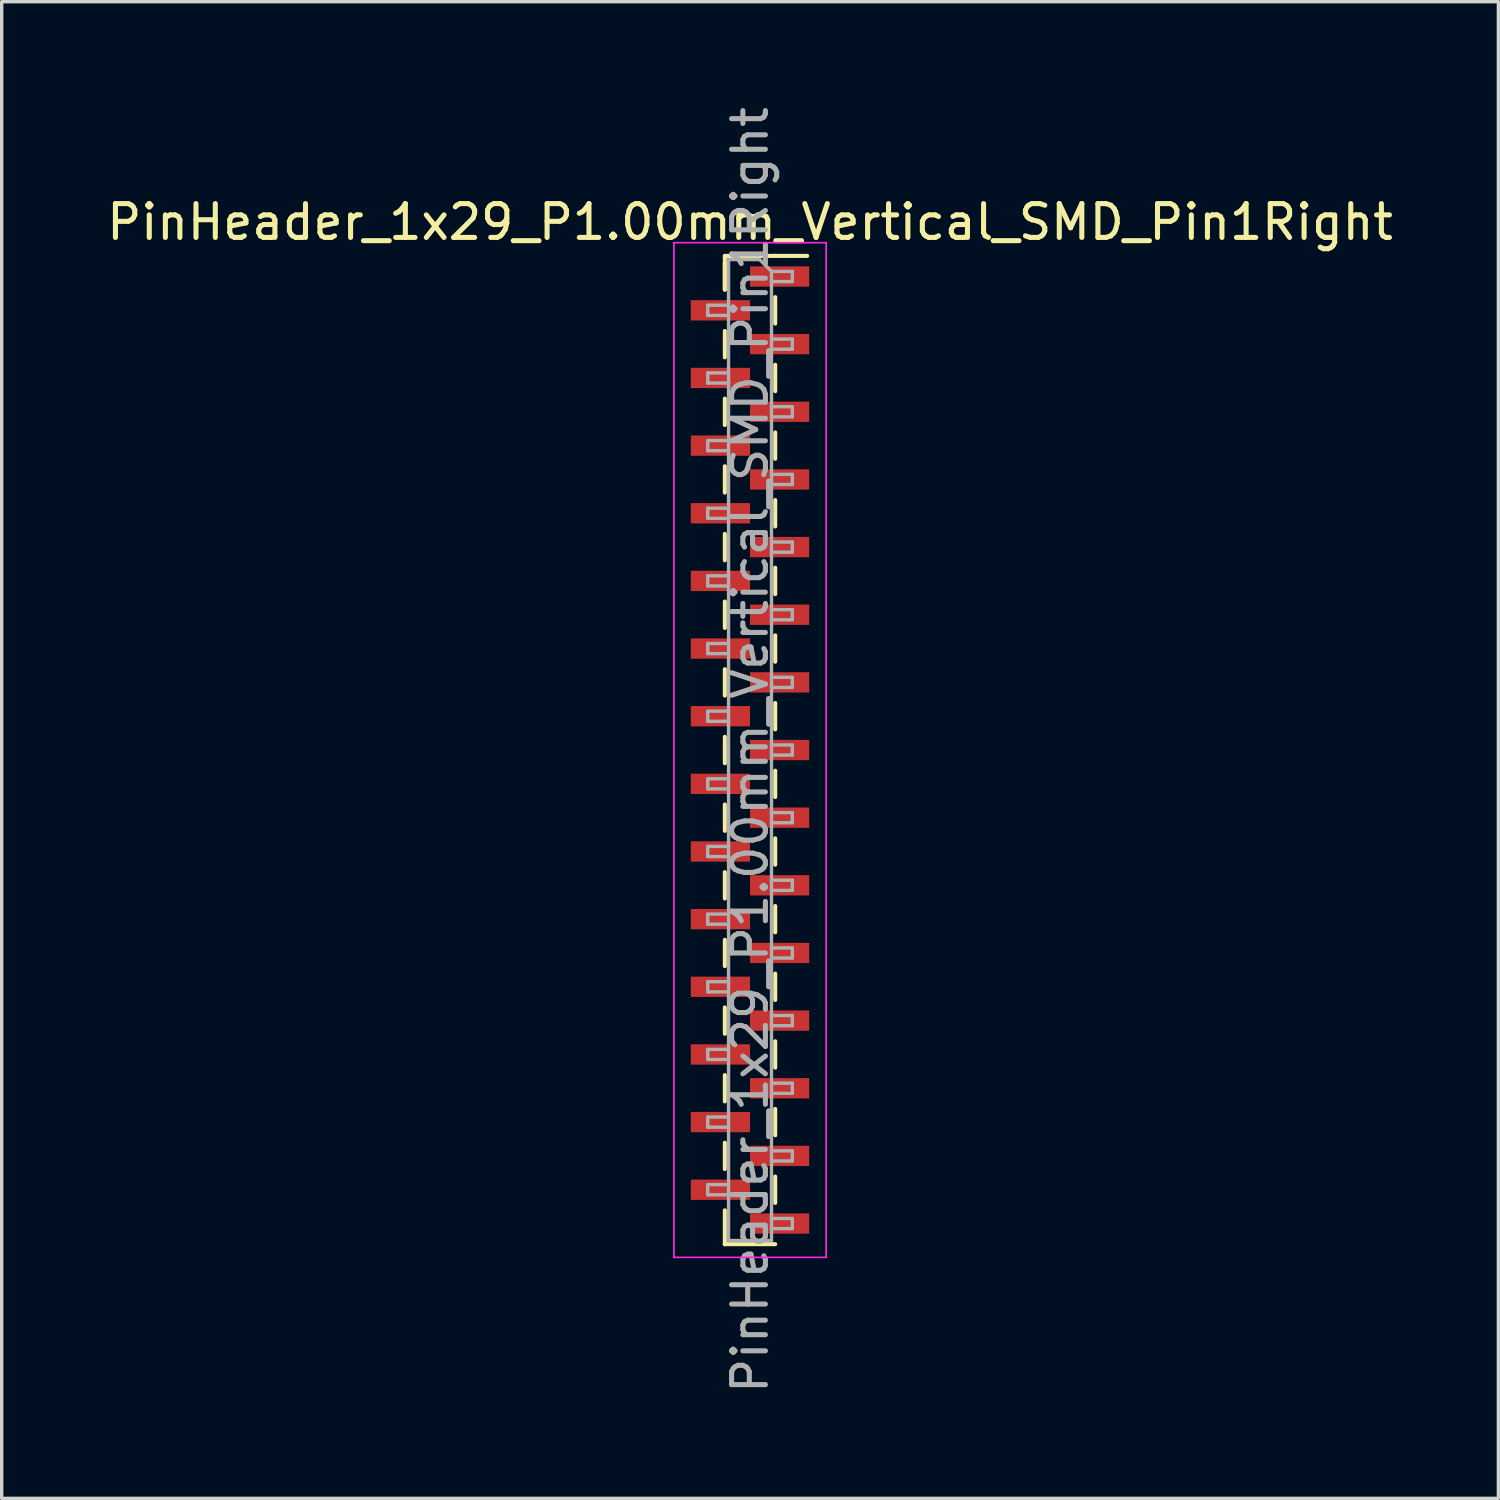
<source format=kicad_pcb>
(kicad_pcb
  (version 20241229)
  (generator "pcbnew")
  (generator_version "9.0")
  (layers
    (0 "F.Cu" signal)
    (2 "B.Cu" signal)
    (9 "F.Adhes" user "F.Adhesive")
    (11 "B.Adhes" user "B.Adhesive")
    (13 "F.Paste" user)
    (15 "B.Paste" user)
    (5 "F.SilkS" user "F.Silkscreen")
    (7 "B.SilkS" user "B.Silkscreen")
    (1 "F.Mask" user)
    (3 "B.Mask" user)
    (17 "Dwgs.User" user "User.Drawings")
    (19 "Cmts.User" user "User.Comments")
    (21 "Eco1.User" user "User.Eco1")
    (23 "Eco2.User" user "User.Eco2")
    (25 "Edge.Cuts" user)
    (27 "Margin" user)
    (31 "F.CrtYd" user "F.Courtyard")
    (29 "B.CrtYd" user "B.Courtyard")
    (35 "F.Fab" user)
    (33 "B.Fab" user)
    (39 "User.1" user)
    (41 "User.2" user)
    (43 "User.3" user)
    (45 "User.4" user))
  (footprint "PinHeader_1x29_P1.00mm_Vertical_SMD_Pin1Right"
    (layer "F.Cu")
    (at 19.125 19.125)
    (property "Reference" "PinHeader_1x29_P1.00mm_Vertical_SMD_Pin1Right" (at 0 -15.61 0) (layer "F.SilkS") (effects (font (size 1 1) (thickness 0.15))))
    (attr smd)
    (fp_line (start -0.745 -14.61) (end -0.745 -13.61) (stroke (width 0.12) (type solid)) (layer "F.SilkS"))
    (fp_line (start -0.745 -14.61) (end 0.745 -14.61) (stroke (width 0.12) (type solid)) (layer "F.SilkS"))
    (fp_line (start -0.745 -14.39) (end -0.745 -13.61) (stroke (width 0.12) (type solid)) (layer "F.SilkS"))
    (fp_line (start -0.745 -12.39) (end -0.745 -11.61) (stroke (width 0.12) (type solid)) (layer "F.SilkS"))
    (fp_line (start -0.745 -10.39) (end -0.745 -9.61) (stroke (width 0.12) (type solid)) (layer "F.SilkS"))
    (fp_line (start -0.745 -8.39) (end -0.745 -7.61) (stroke (width 0.12) (type solid)) (layer "F.SilkS"))
    (fp_line (start -0.745 -6.39) (end -0.745 -5.61) (stroke (width 0.12) (type solid)) (layer "F.SilkS"))
    (fp_line (start -0.745 -4.39) (end -0.745 -3.61) (stroke (width 0.12) (type solid)) (layer "F.SilkS"))
    (fp_line (start -0.745 -2.39) (end -0.745 -1.61) (stroke (width 0.12) (type solid)) (layer "F.SilkS"))
    (fp_line (start -0.745 -0.39) (end -0.745 0.39) (stroke (width 0.12) (type solid)) (layer "F.SilkS"))
    (fp_line (start -0.745 1.61) (end -0.745 2.39) (stroke (width 0.12) (type solid)) (layer "F.SilkS"))
    (fp_line (start -0.745 3.61) (end -0.745 4.39) (stroke (width 0.12) (type solid)) (layer "F.SilkS"))
    (fp_line (start -0.745 5.61) (end -0.745 6.39) (stroke (width 0.12) (type solid)) (layer "F.SilkS"))
    (fp_line (start -0.745 7.61) (end -0.745 8.39) (stroke (width 0.12) (type solid)) (layer "F.SilkS"))
    (fp_line (start -0.745 9.61) (end -0.745 10.39) (stroke (width 0.12) (type solid)) (layer "F.SilkS"))
    (fp_line (start -0.745 11.61) (end -0.745 12.39) (stroke (width 0.12) (type solid)) (layer "F.SilkS"))
    (fp_line (start -0.745 13.61) (end -0.745 14.61) (stroke (width 0.12) (type solid)) (layer "F.SilkS"))
    (fp_line (start -0.745 14.61) (end -0.745 14.61) (stroke (width 0.12) (type solid)) (layer "F.SilkS"))
    (fp_line (start -0.745 14.61) (end 0.745 14.61) (stroke (width 0.12) (type solid)) (layer "F.SilkS"))
    (fp_line (start 0.745 -14.61) (end 0.745 -14.61) (stroke (width 0.12) (type solid)) (layer "F.SilkS"))
    (fp_line (start 0.745 -14.61) (end 1.69 -14.61) (stroke (width 0.12) (type solid)) (layer "F.SilkS"))
    (fp_line (start 0.745 -13.39) (end 0.745 -12.61) (stroke (width 0.12) (type solid)) (layer "F.SilkS"))
    (fp_line (start 0.745 -11.39) (end 0.745 -10.61) (stroke (width 0.12) (type solid)) (layer "F.SilkS"))
    (fp_line (start 0.745 -9.39) (end 0.745 -8.61) (stroke (width 0.12) (type solid)) (layer "F.SilkS"))
    (fp_line (start 0.745 -7.39) (end 0.745 -6.61) (stroke (width 0.12) (type solid)) (layer "F.SilkS"))
    (fp_line (start 0.745 -5.39) (end 0.745 -4.61) (stroke (width 0.12) (type solid)) (layer "F.SilkS"))
    (fp_line (start 0.745 -3.39) (end 0.745 -2.61) (stroke (width 0.12) (type solid)) (layer "F.SilkS"))
    (fp_line (start 0.745 -1.39) (end 0.745 -0.61) (stroke (width 0.12) (type solid)) (layer "F.SilkS"))
    (fp_line (start 0.745 0.61) (end 0.745 1.39) (stroke (width 0.12) (type solid)) (layer "F.SilkS"))
    (fp_line (start 0.745 2.61) (end 0.745 3.39) (stroke (width 0.12) (type solid)) (layer "F.SilkS"))
    (fp_line (start 0.745 4.61) (end 0.745 5.39) (stroke (width 0.12) (type solid)) (layer "F.SilkS"))
    (fp_line (start 0.745 6.61) (end 0.745 7.39) (stroke (width 0.12) (type solid)) (layer "F.SilkS"))
    (fp_line (start 0.745 8.61) (end 0.745 9.39) (stroke (width 0.12) (type solid)) (layer "F.SilkS"))
    (fp_line (start 0.745 10.61) (end 0.745 11.39) (stroke (width 0.12) (type solid)) (layer "F.SilkS"))
    (fp_line (start 0.745 12.61) (end 0.745 13.39) (stroke (width 0.12) (type solid)) (layer "F.SilkS"))
    (fp_line (start -2.25 -15) (end -2.25 15) (stroke (width 0.05) (type solid)) (layer "F.CrtYd"))
    (fp_line (start -2.25 15) (end 2.25 15) (stroke (width 0.05) (type solid)) (layer "F.CrtYd"))
    (fp_line (start 2.25 -15) (end -2.25 -15) (stroke (width 0.05) (type solid)) (layer "F.CrtYd"))
    (fp_line (start 2.25 15) (end 2.25 -15) (stroke (width 0.05) (type solid)) (layer "F.CrtYd"))
    (fp_line (start -1.25 -13.15) (end -1.25 -12.85) (stroke (width 0.1) (type solid)) (layer "F.Fab"))
    (fp_line (start -1.25 -12.85) (end -0.635 -12.85) (stroke (width 0.1) (type solid)) (layer "F.Fab"))
    (fp_line (start -1.25 -11.15) (end -1.25 -10.85) (stroke (width 0.1) (type solid)) (layer "F.Fab"))
    (fp_line (start -1.25 -10.85) (end -0.635 -10.85) (stroke (width 0.1) (type solid)) (layer "F.Fab"))
    (fp_line (start -1.25 -9.15) (end -1.25 -8.85) (stroke (width 0.1) (type solid)) (layer "F.Fab"))
    (fp_line (start -1.25 -8.85) (end -0.635 -8.85) (stroke (width 0.1) (type solid)) (layer "F.Fab"))
    (fp_line (start -1.25 -7.15) (end -1.25 -6.85) (stroke (width 0.1) (type solid)) (layer "F.Fab"))
    (fp_line (start -1.25 -6.85) (end -0.635 -6.85) (stroke (width 0.1) (type solid)) (layer "F.Fab"))
    (fp_line (start -1.25 -5.15) (end -1.25 -4.85) (stroke (width 0.1) (type solid)) (layer "F.Fab"))
    (fp_line (start -1.25 -4.85) (end -0.635 -4.85) (stroke (width 0.1) (type solid)) (layer "F.Fab"))
    (fp_line (start -1.25 -3.15) (end -1.25 -2.85) (stroke (width 0.1) (type solid)) (layer "F.Fab"))
    (fp_line (start -1.25 -2.85) (end -0.635 -2.85) (stroke (width 0.1) (type solid)) (layer "F.Fab"))
    (fp_line (start -1.25 -1.15) (end -1.25 -0.85) (stroke (width 0.1) (type solid)) (layer "F.Fab"))
    (fp_line (start -1.25 -0.85) (end -0.635 -0.85) (stroke (width 0.1) (type solid)) (layer "F.Fab"))
    (fp_line (start -1.25 0.85) (end -1.25 1.15) (stroke (width 0.1) (type solid)) (layer "F.Fab"))
    (fp_line (start -1.25 1.15) (end -0.635 1.15) (stroke (width 0.1) (type solid)) (layer "F.Fab"))
    (fp_line (start -1.25 2.85) (end -1.25 3.15) (stroke (width 0.1) (type solid)) (layer "F.Fab"))
    (fp_line (start -1.25 3.15) (end -0.635 3.15) (stroke (width 0.1) (type solid)) (layer "F.Fab"))
    (fp_line (start -1.25 4.85) (end -1.25 5.15) (stroke (width 0.1) (type solid)) (layer "F.Fab"))
    (fp_line (start -1.25 5.15) (end -0.635 5.15) (stroke (width 0.1) (type solid)) (layer "F.Fab"))
    (fp_line (start -1.25 6.85) (end -1.25 7.15) (stroke (width 0.1) (type solid)) (layer "F.Fab"))
    (fp_line (start -1.25 7.15) (end -0.635 7.15) (stroke (width 0.1) (type solid)) (layer "F.Fab"))
    (fp_line (start -1.25 8.85) (end -1.25 9.15) (stroke (width 0.1) (type solid)) (layer "F.Fab"))
    (fp_line (start -1.25 9.15) (end -0.635 9.15) (stroke (width 0.1) (type solid)) (layer "F.Fab"))
    (fp_line (start -1.25 10.85) (end -1.25 11.15) (stroke (width 0.1) (type solid)) (layer "F.Fab"))
    (fp_line (start -1.25 11.15) (end -0.635 11.15) (stroke (width 0.1) (type solid)) (layer "F.Fab"))
    (fp_line (start -1.25 12.85) (end -1.25 13.15) (stroke (width 0.1) (type solid)) (layer "F.Fab"))
    (fp_line (start -1.25 13.15) (end -0.635 13.15) (stroke (width 0.1) (type solid)) (layer "F.Fab"))
    (fp_line (start -0.635 -14.5) (end -0.635 14.5) (stroke (width 0.1) (type solid)) (layer "F.Fab"))
    (fp_line (start -0.635 -14.5) (end 0.285 -14.5) (stroke (width 0.1) (type solid)) (layer "F.Fab"))
    (fp_line (start -0.635 -13.15) (end -1.25 -13.15) (stroke (width 0.1) (type solid)) (layer "F.Fab"))
    (fp_line (start -0.635 -11.15) (end -1.25 -11.15) (stroke (width 0.1) (type solid)) (layer "F.Fab"))
    (fp_line (start -0.635 -9.15) (end -1.25 -9.15) (stroke (width 0.1) (type solid)) (layer "F.Fab"))
    (fp_line (start -0.635 -7.15) (end -1.25 -7.15) (stroke (width 0.1) (type solid)) (layer "F.Fab"))
    (fp_line (start -0.635 -5.15) (end -1.25 -5.15) (stroke (width 0.1) (type solid)) (layer "F.Fab"))
    (fp_line (start -0.635 -3.15) (end -1.25 -3.15) (stroke (width 0.1) (type solid)) (layer "F.Fab"))
    (fp_line (start -0.635 -1.15) (end -1.25 -1.15) (stroke (width 0.1) (type solid)) (layer "F.Fab"))
    (fp_line (start -0.635 0.85) (end -1.25 0.85) (stroke (width 0.1) (type solid)) (layer "F.Fab"))
    (fp_line (start -0.635 2.85) (end -1.25 2.85) (stroke (width 0.1) (type solid)) (layer "F.Fab"))
    (fp_line (start -0.635 4.85) (end -1.25 4.85) (stroke (width 0.1) (type solid)) (layer "F.Fab"))
    (fp_line (start -0.635 6.85) (end -1.25 6.85) (stroke (width 0.1) (type solid)) (layer "F.Fab"))
    (fp_line (start -0.635 8.85) (end -1.25 8.85) (stroke (width 0.1) (type solid)) (layer "F.Fab"))
    (fp_line (start -0.635 10.85) (end -1.25 10.85) (stroke (width 0.1) (type solid)) (layer "F.Fab"))
    (fp_line (start -0.635 12.85) (end -1.25 12.85) (stroke (width 0.1) (type solid)) (layer "F.Fab"))
    (fp_line (start 0.635 -14.15) (end 0.285 -14.5) (stroke (width 0.1) (type solid)) (layer "F.Fab"))
    (fp_line (start 0.635 -14.15) (end 1.25 -14.15) (stroke (width 0.1) (type solid)) (layer "F.Fab"))
    (fp_line (start 0.635 -12.15) (end 1.25 -12.15) (stroke (width 0.1) (type solid)) (layer "F.Fab"))
    (fp_line (start 0.635 -10.15) (end 1.25 -10.15) (stroke (width 0.1) (type solid)) (layer "F.Fab"))
    (fp_line (start 0.635 -8.15) (end 1.25 -8.15) (stroke (width 0.1) (type solid)) (layer "F.Fab"))
    (fp_line (start 0.635 -6.15) (end 1.25 -6.15) (stroke (width 0.1) (type solid)) (layer "F.Fab"))
    (fp_line (start 0.635 -4.15) (end 1.25 -4.15) (stroke (width 0.1) (type solid)) (layer "F.Fab"))
    (fp_line (start 0.635 -2.15) (end 1.25 -2.15) (stroke (width 0.1) (type solid)) (layer "F.Fab"))
    (fp_line (start 0.635 -0.15) (end 1.25 -0.15) (stroke (width 0.1) (type solid)) (layer "F.Fab"))
    (fp_line (start 0.635 1.85) (end 1.25 1.85) (stroke (width 0.1) (type solid)) (layer "F.Fab"))
    (fp_line (start 0.635 3.85) (end 1.25 3.85) (stroke (width 0.1) (type solid)) (layer "F.Fab"))
    (fp_line (start 0.635 5.85) (end 1.25 5.85) (stroke (width 0.1) (type solid)) (layer "F.Fab"))
    (fp_line (start 0.635 7.85) (end 1.25 7.85) (stroke (width 0.1) (type solid)) (layer "F.Fab"))
    (fp_line (start 0.635 9.85) (end 1.25 9.85) (stroke (width 0.1) (type solid)) (layer "F.Fab"))
    (fp_line (start 0.635 11.85) (end 1.25 11.85) (stroke (width 0.1) (type solid)) (layer "F.Fab"))
    (fp_line (start 0.635 13.85) (end 1.25 13.85) (stroke (width 0.1) (type solid)) (layer "F.Fab"))
    (fp_line (start 0.635 14.5) (end -0.635 14.5) (stroke (width 0.1) (type solid)) (layer "F.Fab"))
    (fp_line (start 0.635 14.5) (end 0.635 -14.15) (stroke (width 0.1) (type solid)) (layer "F.Fab"))
    (fp_line (start 1.25 -14.15) (end 1.25 -13.85) (stroke (width 0.1) (type solid)) (layer "F.Fab"))
    (fp_line (start 1.25 -13.85) (end 0.635 -13.85) (stroke (width 0.1) (type solid)) (layer "F.Fab"))
    (fp_line (start 1.25 -12.15) (end 1.25 -11.85) (stroke (width 0.1) (type solid)) (layer "F.Fab"))
    (fp_line (start 1.25 -11.85) (end 0.635 -11.85) (stroke (width 0.1) (type solid)) (layer "F.Fab"))
    (fp_line (start 1.25 -10.15) (end 1.25 -9.85) (stroke (width 0.1) (type solid)) (layer "F.Fab"))
    (fp_line (start 1.25 -9.85) (end 0.635 -9.85) (stroke (width 0.1) (type solid)) (layer "F.Fab"))
    (fp_line (start 1.25 -8.15) (end 1.25 -7.85) (stroke (width 0.1) (type solid)) (layer "F.Fab"))
    (fp_line (start 1.25 -7.85) (end 0.635 -7.85) (stroke (width 0.1) (type solid)) (layer "F.Fab"))
    (fp_line (start 1.25 -6.15) (end 1.25 -5.85) (stroke (width 0.1) (type solid)) (layer "F.Fab"))
    (fp_line (start 1.25 -5.85) (end 0.635 -5.85) (stroke (width 0.1) (type solid)) (layer "F.Fab"))
    (fp_line (start 1.25 -4.15) (end 1.25 -3.85) (stroke (width 0.1) (type solid)) (layer "F.Fab"))
    (fp_line (start 1.25 -3.85) (end 0.635 -3.85) (stroke (width 0.1) (type solid)) (layer "F.Fab"))
    (fp_line (start 1.25 -2.15) (end 1.25 -1.85) (stroke (width 0.1) (type solid)) (layer "F.Fab"))
    (fp_line (start 1.25 -1.85) (end 0.635 -1.85) (stroke (width 0.1) (type solid)) (layer "F.Fab"))
    (fp_line (start 1.25 -0.15) (end 1.25 0.15) (stroke (width 0.1) (type solid)) (layer "F.Fab"))
    (fp_line (start 1.25 0.15) (end 0.635 0.15) (stroke (width 0.1) (type solid)) (layer "F.Fab"))
    (fp_line (start 1.25 1.85) (end 1.25 2.15) (stroke (width 0.1) (type solid)) (layer "F.Fab"))
    (fp_line (start 1.25 2.15) (end 0.635 2.15) (stroke (width 0.1) (type solid)) (layer "F.Fab"))
    (fp_line (start 1.25 3.85) (end 1.25 4.15) (stroke (width 0.1) (type solid)) (layer "F.Fab"))
    (fp_line (start 1.25 4.15) (end 0.635 4.15) (stroke (width 0.1) (type solid)) (layer "F.Fab"))
    (fp_line (start 1.25 5.85) (end 1.25 6.15) (stroke (width 0.1) (type solid)) (layer "F.Fab"))
    (fp_line (start 1.25 6.15) (end 0.635 6.15) (stroke (width 0.1) (type solid)) (layer "F.Fab"))
    (fp_line (start 1.25 7.85) (end 1.25 8.15) (stroke (width 0.1) (type solid)) (layer "F.Fab"))
    (fp_line (start 1.25 8.15) (end 0.635 8.15) (stroke (width 0.1) (type solid)) (layer "F.Fab"))
    (fp_line (start 1.25 9.85) (end 1.25 10.15) (stroke (width 0.1) (type solid)) (layer "F.Fab"))
    (fp_line (start 1.25 10.15) (end 0.635 10.15) (stroke (width 0.1) (type solid)) (layer "F.Fab"))
    (fp_line (start 1.25 11.85) (end 1.25 12.15) (stroke (width 0.1) (type solid)) (layer "F.Fab"))
    (fp_line (start 1.25 12.15) (end 0.635 12.15) (stroke (width 0.1) (type solid)) (layer "F.Fab"))
    (fp_line (start 1.25 13.85) (end 1.25 14.15) (stroke (width 0.1) (type solid)) (layer "F.Fab"))
    (fp_line (start 1.25 14.15) (end 0.635 14.15) (stroke (width 0.1) (type solid)) (layer "F.Fab"))
    (fp_text user "${REFERENCE}" (at 0 0 90) (layer "F.Fab") (effects (font (size 1 1) (thickness 0.15))))
    (pad "1" smd rect (at 0.875 -14) (size 1.75 0.6) (layers "F.Cu" "F.Mask" "F.Paste"))
    (pad "2" smd rect (at -0.875 -13) (size 1.75 0.6) (layers "F.Cu" "F.Mask" "F.Paste"))
    (pad "3" smd rect (at 0.875 -12) (size 1.75 0.6) (layers "F.Cu" "F.Mask" "F.Paste"))
    (pad "4" smd rect (at -0.875 -11) (size 1.75 0.6) (layers "F.Cu" "F.Mask" "F.Paste"))
    (pad "5" smd rect (at 0.875 -10) (size 1.75 0.6) (layers "F.Cu" "F.Mask" "F.Paste"))
    (pad "6" smd rect (at -0.875 -9) (size 1.75 0.6) (layers "F.Cu" "F.Mask" "F.Paste"))
    (pad "7" smd rect (at 0.875 -8) (size 1.75 0.6) (layers "F.Cu" "F.Mask" "F.Paste"))
    (pad "8" smd rect (at -0.875 -7) (size 1.75 0.6) (layers "F.Cu" "F.Mask" "F.Paste"))
    (pad "9" smd rect (at 0.875 -6) (size 1.75 0.6) (layers "F.Cu" "F.Mask" "F.Paste"))
    (pad "10" smd rect (at -0.875 -5) (size 1.75 0.6) (layers "F.Cu" "F.Mask" "F.Paste"))
    (pad "11" smd rect (at 0.875 -4) (size 1.75 0.6) (layers "F.Cu" "F.Mask" "F.Paste"))
    (pad "12" smd rect (at -0.875 -3) (size 1.75 0.6) (layers "F.Cu" "F.Mask" "F.Paste"))
    (pad "13" smd rect (at 0.875 -2) (size 1.75 0.6) (layers "F.Cu" "F.Mask" "F.Paste"))
    (pad "14" smd rect (at -0.875 -1) (size 1.75 0.6) (layers "F.Cu" "F.Mask" "F.Paste"))
    (pad "15" smd rect (at 0.875 0) (size 1.75 0.6) (layers "F.Cu" "F.Mask" "F.Paste"))
    (pad "16" smd rect (at -0.875 1) (size 1.75 0.6) (layers "F.Cu" "F.Mask" "F.Paste"))
    (pad "17" smd rect (at 0.875 2) (size 1.75 0.6) (layers "F.Cu" "F.Mask" "F.Paste"))
    (pad "18" smd rect (at -0.875 3) (size 1.75 0.6) (layers "F.Cu" "F.Mask" "F.Paste"))
    (pad "19" smd rect (at 0.875 4) (size 1.75 0.6) (layers "F.Cu" "F.Mask" "F.Paste"))
    (pad "20" smd rect (at -0.875 5) (size 1.75 0.6) (layers "F.Cu" "F.Mask" "F.Paste"))
    (pad "21" smd rect (at 0.875 6) (size 1.75 0.6) (layers "F.Cu" "F.Mask" "F.Paste"))
    (pad "22" smd rect (at -0.875 7) (size 1.75 0.6) (layers "F.Cu" "F.Mask" "F.Paste"))
    (pad "23" smd rect (at 0.875 8) (size 1.75 0.6) (layers "F.Cu" "F.Mask" "F.Paste"))
    (pad "24" smd rect (at -0.875 9) (size 1.75 0.6) (layers "F.Cu" "F.Mask" "F.Paste"))
    (pad "25" smd rect (at 0.875 10) (size 1.75 0.6) (layers "F.Cu" "F.Mask" "F.Paste"))
    (pad "26" smd rect (at -0.875 11) (size 1.75 0.6) (layers "F.Cu" "F.Mask" "F.Paste"))
    (pad "27" smd rect (at 0.875 12) (size 1.75 0.6) (layers "F.Cu" "F.Mask" "F.Paste"))
    (pad "28" smd rect (at -0.875 13) (size 1.75 0.6) (layers "F.Cu" "F.Mask" "F.Paste"))
    (pad "29" smd rect (at 0.875 14) (size 1.75 0.6) (layers "F.Cu" "F.Mask" "F.Paste")))
  (gr_rect
    (start -3 -3)
    (end 41.25 41.25)
    (stroke (width 0.1) (type default))
    (fill no)
    (layer "Edge.Cuts")))
</source>
